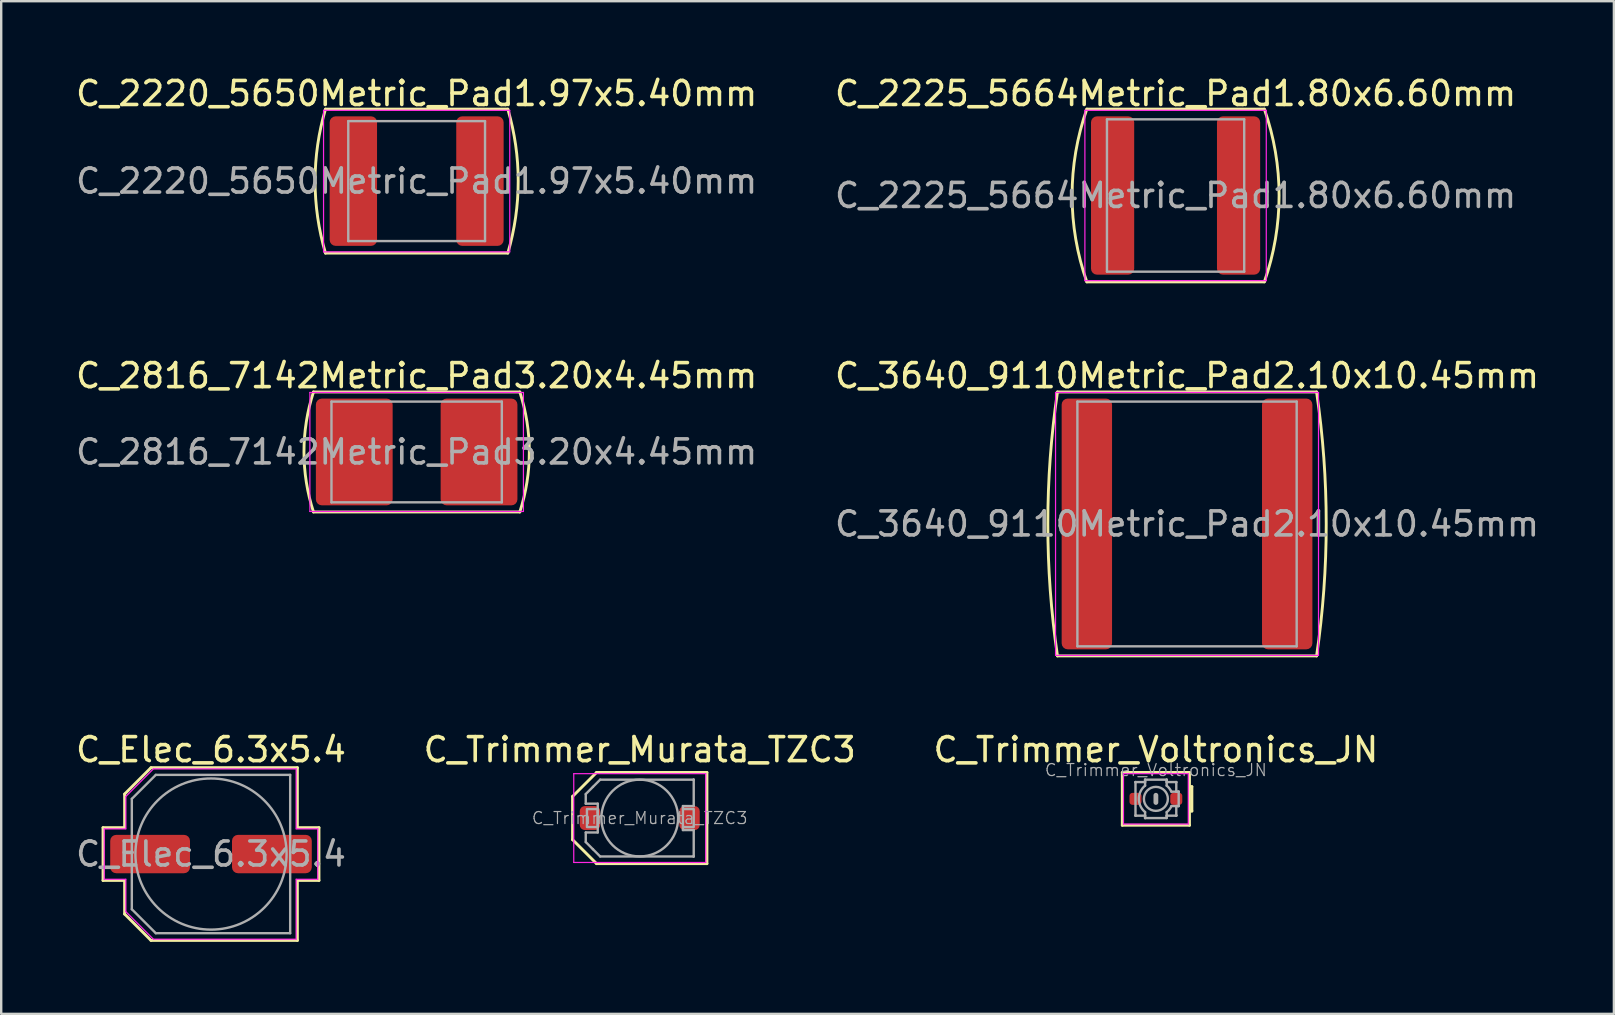
<source format=kicad_pcb>
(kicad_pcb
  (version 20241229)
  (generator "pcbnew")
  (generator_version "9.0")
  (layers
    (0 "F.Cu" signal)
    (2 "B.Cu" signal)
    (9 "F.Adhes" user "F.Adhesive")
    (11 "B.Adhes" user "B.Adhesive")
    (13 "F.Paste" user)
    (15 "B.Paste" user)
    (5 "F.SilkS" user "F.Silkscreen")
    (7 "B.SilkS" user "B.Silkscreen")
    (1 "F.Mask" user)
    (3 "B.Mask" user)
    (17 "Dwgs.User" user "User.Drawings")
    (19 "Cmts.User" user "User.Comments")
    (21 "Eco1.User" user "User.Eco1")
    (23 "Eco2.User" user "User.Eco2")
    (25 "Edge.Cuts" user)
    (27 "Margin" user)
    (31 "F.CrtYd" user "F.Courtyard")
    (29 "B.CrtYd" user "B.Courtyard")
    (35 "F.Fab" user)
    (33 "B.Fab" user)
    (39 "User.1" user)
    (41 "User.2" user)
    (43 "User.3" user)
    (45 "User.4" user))
  (footprint "C_3640_9110Metric_Pad2.10x10.45mm"
    (layer "F.Cu")
    (at 46.423 18.787)
    (property "Reference" "C_3640_9110Metric_Pad2.10x10.45mm" (at 0 -6.18 0) (layer "F.SilkS") (effects (font (size 1 1) (thickness 0.15))))
    (attr smd)
    (fp_line (start -5.4 5.5) (end 5.4 5.5) (stroke (width 0.12) (type solid)) (layer "F.SilkS"))
    (fp_line (start 5.4 -5.5) (end -5.4 -5.5) (stroke (width 0.12) (type solid)) (layer "F.SilkS"))
    (fp_arc (start -5.4 5.5) (mid -5.801533 0) (end -5.4 -5.5) (stroke (width 0.12) (type solid)) (layer "F.SilkS"))
    (fp_arc (start 5.4 -5.5) (mid 5.801533 0) (end 5.4 5.5) (stroke (width 0.12) (type solid)) (layer "F.SilkS"))
    (fp_line (start -5.48 -5.48) (end 5.48 -5.48) (stroke (width 0.05) (type solid)) (layer "F.CrtYd"))
    (fp_line (start -5.48 5.48) (end -5.48 -5.48) (stroke (width 0.05) (type solid)) (layer "F.CrtYd"))
    (fp_line (start 5.48 -5.48) (end 5.48 5.48) (stroke (width 0.05) (type solid)) (layer "F.CrtYd"))
    (fp_line (start 5.48 5.48) (end -5.48 5.48) (stroke (width 0.05) (type solid)) (layer "F.CrtYd"))
    (fp_line (start -4.57 -5.1) (end 4.57 -5.1) (stroke (width 0.1) (type solid)) (layer "F.Fab"))
    (fp_line (start -4.57 5.1) (end -4.57 -5.1) (stroke (width 0.1) (type solid)) (layer "F.Fab"))
    (fp_line (start 4.57 -5.1) (end 4.57 5.1) (stroke (width 0.1) (type solid)) (layer "F.Fab"))
    (fp_line (start 4.57 5.1) (end -4.57 5.1) (stroke (width 0.1) (type solid)) (layer "F.Fab"))
    (fp_text user "${REFERENCE}" (at 0 0 0) (layer "F.Fab") (effects (font (size 1 1) (thickness 0.15))))
    (pad "1" smd roundrect (at -4.175 0) (size 2.1 10.45) (layers "F.Cu" "F.Mask" "F.Paste") (roundrect_rratio 0.119))
    (pad "2" smd roundrect (at 4.175 0) (size 2.1 10.45) (layers "F.Cu" "F.Mask" "F.Paste") (roundrect_rratio 0.119)))
  (footprint "C_2225_5664Metric_Pad1.80x6.60mm"
    (layer "F.Cu")
    (at 45.946 5.098)
    (property "Reference" "C_2225_5664Metric_Pad1.80x6.60mm" (at 0 -4.25 0) (layer "F.SilkS") (effects (font (size 1 1) (thickness 0.15))))
    (attr smd)
    (fp_line (start -3.7 3.6) (end 3.7 3.6) (stroke (width 0.12) (type solid)) (layer "F.SilkS"))
    (fp_line (start 3.7 -3.6) (end -3.7 -3.6) (stroke (width 0.12) (type solid)) (layer "F.SilkS"))
    (fp_arc (start -3.7 3.6) (mid -4.314017 0) (end -3.7 -3.6) (stroke (width 0.12) (type solid)) (layer "F.SilkS"))
    (fp_arc (start 3.7 -3.6) (mid 4.314017 0) (end 3.7 3.6) (stroke (width 0.12) (type solid)) (layer "F.SilkS"))
    (fp_line (start -3.78 -3.55) (end 3.78 -3.55) (stroke (width 0.05) (type solid)) (layer "F.CrtYd"))
    (fp_line (start -3.78 3.55) (end -3.78 -3.55) (stroke (width 0.05) (type solid)) (layer "F.CrtYd"))
    (fp_line (start 3.78 -3.55) (end 3.78 3.55) (stroke (width 0.05) (type solid)) (layer "F.CrtYd"))
    (fp_line (start 3.78 3.55) (end -3.78 3.55) (stroke (width 0.05) (type solid)) (layer "F.CrtYd"))
    (fp_line (start -2.86 -3.175) (end 2.86 -3.175) (stroke (width 0.1) (type solid)) (layer "F.Fab"))
    (fp_line (start -2.86 3.175) (end -2.86 -3.175) (stroke (width 0.1) (type solid)) (layer "F.Fab"))
    (fp_line (start 2.86 -3.175) (end 2.86 3.175) (stroke (width 0.1) (type solid)) (layer "F.Fab"))
    (fp_line (start 2.86 3.175) (end -2.86 3.175) (stroke (width 0.1) (type solid)) (layer "F.Fab"))
    (fp_text user "${REFERENCE}" (at 0 0 0) (layer "F.Fab") (effects (font (size 1 1) (thickness 0.15))))
    (pad "1" smd roundrect (at -2.625 0) (size 1.8 6.6) (layers "F.Cu" "F.Mask" "F.Paste") (roundrect_rratio 0.139))
    (pad "2" smd roundrect (at 2.625 0) (size 1.8 6.6) (layers "F.Cu" "F.Mask" "F.Paste") (roundrect_rratio 0.139)))
  (footprint "C_2220_5650Metric_Pad1.97x5.40mm"
    (layer "F.Cu")
    (at 14.315 4.498)
    (property "Reference" "C_2220_5650Metric_Pad1.97x5.40mm" (at 0 -3.65 0) (layer "F.SilkS") (effects (font (size 1 1) (thickness 0.15))))
    (attr smd)
    (fp_line (start -3.8 3) (end 3.8 3) (stroke (width 0.12) (type solid)) (layer "F.SilkS"))
    (fp_line (start 3.8 -3) (end -3.8 -3) (stroke (width 0.12) (type solid)) (layer "F.SilkS"))
    (fp_arc (start -3.8 3) (mid -4.232998 0) (end -3.8 -3) (stroke (width 0.12) (type solid)) (layer "F.SilkS"))
    (fp_arc (start 3.8 -3) (mid 4.232998 0) (end 3.8 3) (stroke (width 0.12) (type solid)) (layer "F.SilkS"))
    (fp_line (start -3.88 -2.95) (end 3.88 -2.95) (stroke (width 0.05) (type solid)) (layer "F.CrtYd"))
    (fp_line (start -3.88 2.95) (end -3.88 -2.95) (stroke (width 0.05) (type solid)) (layer "F.CrtYd"))
    (fp_line (start 3.88 -2.95) (end 3.88 2.95) (stroke (width 0.05) (type solid)) (layer "F.CrtYd"))
    (fp_line (start 3.88 2.95) (end -3.88 2.95) (stroke (width 0.05) (type solid)) (layer "F.CrtYd"))
    (fp_line (start -2.85 -2.5) (end 2.85 -2.5) (stroke (width 0.1) (type solid)) (layer "F.Fab"))
    (fp_line (start -2.85 2.5) (end -2.85 -2.5) (stroke (width 0.1) (type solid)) (layer "F.Fab"))
    (fp_line (start 2.85 -2.5) (end 2.85 2.5) (stroke (width 0.1) (type solid)) (layer "F.Fab"))
    (fp_line (start 2.85 2.5) (end -2.85 2.5) (stroke (width 0.1) (type solid)) (layer "F.Fab"))
    (fp_text user "${REFERENCE}" (at 0 0 0) (layer "F.Fab") (effects (font (size 1 1) (thickness 0.15))))
    (pad "1" smd roundrect (at -2.638 0) (size 1.975 5.4) (layers "F.Cu" "F.Mask" "F.Paste") (roundrect_rratio 0.127))
    (pad "2" smd roundrect (at 2.638 0) (size 1.975 5.4) (layers "F.Cu" "F.Mask" "F.Paste") (roundrect_rratio 0.127)))
  (footprint "C_Trimmer_Murata_TZC3"
    (layer "F.Cu")
    (at 23.613 31.045)
    (property "Reference" "C_Trimmer_Murata_TZC3" (at 0 -2.85 0) (layer "F.SilkS") (effects (font (size 1 1) (thickness 0.15))))
    (attr smd)
    (fp_line (start -2.8 -0.9) (end -2.8 0.9) (stroke (width 0.12) (type solid)) (layer "F.SilkS"))
    (fp_line (start -2.8 0.9) (end -1.8 1.9) (stroke (width 0.12) (type solid)) (layer "F.SilkS"))
    (fp_line (start -1.8 -1.9) (end -2.8 -0.9) (stroke (width 0.12) (type solid)) (layer "F.SilkS"))
    (fp_line (start -1.8 1.9) (end 2.8 1.9) (stroke (width 0.12) (type solid)) (layer "F.SilkS"))
    (fp_line (start -1.7 -1.9) (end -1.8 -1.9) (stroke (width 0.12) (type solid)) (layer "F.SilkS"))
    (fp_line (start 2.8 -1.9) (end -1.7 -1.9) (stroke (width 0.12) (type solid)) (layer "F.SilkS"))
    (fp_line (start 2.8 1.9) (end 2.8 -1.9) (stroke (width 0.12) (type solid)) (layer "F.SilkS"))
    (fp_line (start -2.75 -1.85) (end -2.75 1.85) (stroke (width 0.05) (type solid)) (layer "F.CrtYd"))
    (fp_line (start -2.75 1.85) (end 2.75 1.85) (stroke (width 0.05) (type solid)) (layer "F.CrtYd"))
    (fp_line (start 2.75 -1.85) (end -2.75 -1.85) (stroke (width 0.05) (type solid)) (layer "F.CrtYd"))
    (fp_line (start 2.75 1.85) (end 2.75 -1.85) (stroke (width 0.05) (type solid)) (layer "F.CrtYd"))
    (fp_line (start -2.25 -1) (end -2.25 -0.6) (stroke (width 0.1) (type solid)) (layer "F.Fab"))
    (fp_line (start -2.25 -1) (end -1.95 -1.3) (stroke (width 0.1) (type solid)) (layer "F.Fab"))
    (fp_line (start -2.25 -0.6) (end -1.75 -0.6) (stroke (width 0.1) (type solid)) (layer "F.Fab"))
    (fp_line (start -2.25 0.6) (end -2.25 1) (stroke (width 0.1) (type solid)) (layer "F.Fab"))
    (fp_line (start -1.95 -1.3) (end -1.65 -1.6) (stroke (width 0.1) (type solid)) (layer "F.Fab"))
    (fp_line (start -1.95 1.3) (end -2.25 1) (stroke (width 0.1) (type solid)) (layer "F.Fab"))
    (fp_line (start -1.75 -0.6) (end -1.75 -0.25) (stroke (width 0.1) (type solid)) (layer "F.Fab"))
    (fp_line (start -1.75 -0.25) (end -1.75 0.6) (stroke (width 0.1) (type solid)) (layer "F.Fab"))
    (fp_line (start -1.75 0.6) (end -2.25 0.6) (stroke (width 0.1) (type solid)) (layer "F.Fab"))
    (fp_line (start -1.65 -1.6) (end 2.24 -1.6) (stroke (width 0.1) (type solid)) (layer "F.Fab"))
    (fp_line (start -1.65 1.6) (end -1.95 1.3) (stroke (width 0.1) (type solid)) (layer "F.Fab"))
    (fp_line (start 1.8 -0.5) (end 1.8 -0.375) (stroke (width 0.1) (type solid)) (layer "F.Fab"))
    (fp_line (start 1.8 0.375) (end 1.8 0.5) (stroke (width 0.1) (type solid)) (layer "F.Fab"))
    (fp_line (start 1.8 0.5) (end 2.25 0.5) (stroke (width 0.1) (type solid)) (layer "F.Fab"))
    (fp_line (start 2.24 -1.6) (end 2.25 -1.6) (stroke (width 0.1) (type solid)) (layer "F.Fab"))
    (fp_line (start 2.24 1.6) (end -1.65 1.6) (stroke (width 0.1) (type solid)) (layer "F.Fab"))
    (fp_line (start 2.25 -1.6) (end 2.25 -1.59) (stroke (width 0.1) (type solid)) (layer "F.Fab"))
    (fp_line (start 2.25 -1.59) (end 2.25 -0.5) (stroke (width 0.1) (type solid)) (layer "F.Fab"))
    (fp_line (start 2.25 -0.5) (end 1.8 -0.5) (stroke (width 0.1) (type solid)) (layer "F.Fab"))
    (fp_line (start 2.25 0.5) (end 2.25 1.59) (stroke (width 0.1) (type solid)) (layer "F.Fab"))
    (fp_line (start 2.25 1.59) (end 2.25 1.6) (stroke (width 0.1) (type solid)) (layer "F.Fab"))
    (fp_line (start 2.25 1.6) (end 2.24 1.6) (stroke (width 0.1) (type solid)) (layer "F.Fab"))
    (fp_rect (start -2.2 -0.375) (end -1.75 0.375) (stroke (width 0.1) (type solid)) (fill no) (layer "F.Fab"))
    (fp_rect (start 1.8 -0.375) (end 2.25 0.375) (stroke (width 0.1) (type solid)) (fill no) (layer "F.Fab"))
    (fp_circle (center 0 0) (end 1.6 0) (stroke (width 0.1) (type solid)) (fill no) (layer "F.Fab"))
    (fp_text user "${REFERENCE}" (at 0 0 0) (layer "F.Fab") (effects (font (size 0.5 0.5) (thickness 0.05))))
    (pad "1" smd roundrect (at -2.075 0) (size 0.85 1) (layers "F.Cu" "F.Mask" "F.Paste") (roundrect_rratio 0.25))
    (pad "2" smd roundrect (at 2.075 0) (size 0.85 1) (layers "F.Cu" "F.Mask" "F.Paste") (roundrect_rratio 0.25)))
  (footprint "C_2816_7142Metric_Pad3.20x4.45mm"
    (layer "F.Cu")
    (at 14.315 15.787)
    (property "Reference" "C_2816_7142Metric_Pad3.20x4.45mm" (at 0 -3.18 0) (layer "F.SilkS") (effects (font (size 1 1) (thickness 0.15))))
    (attr smd)
    (fp_line (start -4.3 2.5) (end 4.3 2.5) (stroke (width 0.12) (type solid)) (layer "F.SilkS"))
    (fp_line (start 4.3 -2.5) (end -4.3 -2.5) (stroke (width 0.12) (type solid)) (layer "F.SilkS"))
    (fp_arc (start -4.3 2.5) (mid -4.696116 0) (end -4.3 -2.5) (stroke (width 0.12) (type solid)) (layer "F.SilkS"))
    (fp_arc (start 4.3 -2.5) (mid 4.696116 0) (end 4.3 2.5) (stroke (width 0.12) (type solid)) (layer "F.SilkS"))
    (fp_line (start -4.45 -2.48) (end 4.45 -2.48) (stroke (width 0.05) (type solid)) (layer "F.CrtYd"))
    (fp_line (start -4.45 2.48) (end -4.45 -2.48) (stroke (width 0.05) (type solid)) (layer "F.CrtYd"))
    (fp_line (start 4.45 -2.48) (end 4.45 2.48) (stroke (width 0.05) (type solid)) (layer "F.CrtYd"))
    (fp_line (start 4.45 2.48) (end -4.45 2.48) (stroke (width 0.05) (type solid)) (layer "F.CrtYd"))
    (fp_line (start -3.55 -2.1) (end 3.55 -2.1) (stroke (width 0.1) (type solid)) (layer "F.Fab"))
    (fp_line (start -3.55 2.1) (end -3.55 -2.1) (stroke (width 0.1) (type solid)) (layer "F.Fab"))
    (fp_line (start 3.55 -2.1) (end 3.55 2.1) (stroke (width 0.1) (type solid)) (layer "F.Fab"))
    (fp_line (start 3.55 2.1) (end -3.55 2.1) (stroke (width 0.1) (type solid)) (layer "F.Fab"))
    (fp_text user "${REFERENCE}" (at 0 0 0) (layer "F.Fab") (effects (font (size 1 1) (thickness 0.15))))
    (pad "1" smd roundrect (at -2.6 0) (size 3.2 4.45) (layers "F.Cu" "F.Mask" "F.Paste") (roundrect_rratio 0.078))
    (pad "2" smd roundrect (at 2.6 0) (size 3.2 4.45) (layers "F.Cu" "F.Mask" "F.Paste") (roundrect_rratio 0.078)))
  (footprint "C_Trimmer_Voltronics_JN"
    (layer "F.Cu")
    (at 45.125 30.245)
    (property "Reference" "C_Trimmer_Voltronics_JN" (at 0 -2.05 0) (layer "F.SilkS") (effects (font (size 1 1) (thickness 0.15))))
    (attr smd)
    (fp_line (start -1.4 -1.1) (end -1.4 1.1) (stroke (width 0.12) (type solid)) (layer "F.SilkS"))
    (fp_line (start -1.4 1.1) (end 1.4 1.1) (stroke (width 0.12) (type solid)) (layer "F.SilkS"))
    (fp_line (start 1.4 -1.1) (end -1.4 -1.1) (stroke (width 0.12) (type solid)) (layer "F.SilkS"))
    (fp_line (start 1.4 1.1) (end 1.4 -1.1) (stroke (width 0.12) (type solid)) (layer "F.SilkS"))
    (fp_line (start 1.437 -0.508) (end 1.5 -0.508) (stroke (width 0.12) (type solid)) (layer "F.SilkS"))
    (fp_line (start 1.5 -0.508) (end 1.5 0.508) (stroke (width 0.12) (type solid)) (layer "F.SilkS"))
    (fp_line (start 1.5 0.508) (end 1.437 0.508) (stroke (width 0.12) (type solid)) (layer "F.SilkS"))
    (fp_line (start -1.35 -1.05) (end -1.35 1.05) (stroke (width 0.05) (type solid)) (layer "F.CrtYd"))
    (fp_line (start -1.35 1.05) (end 1.35 1.05) (stroke (width 0.05) (type solid)) (layer "F.CrtYd"))
    (fp_line (start 1.35 -1.05) (end -1.35 -1.05) (stroke (width 0.05) (type solid)) (layer "F.CrtYd"))
    (fp_line (start 1.35 1.05) (end 1.35 -1.05) (stroke (width 0.05) (type solid)) (layer "F.CrtYd"))
    (fp_line (start -0.85 -0.7) (end -0.84 -0.7) (stroke (width 0.1) (type solid)) (layer "F.Fab"))
    (fp_line (start -0.85 -0.69) (end -0.85 -0.7) (stroke (width 0.1) (type solid)) (layer "F.Fab"))
    (fp_line (start -0.85 0.69) (end -0.85 -0.69) (stroke (width 0.1) (type solid)) (layer "F.Fab"))
    (fp_line (start -0.85 0.7) (end -0.85 0.69) (stroke (width 0.1) (type solid)) (layer "F.Fab"))
    (fp_line (start -0.84 0.7) (end -0.85 0.7) (stroke (width 0.1) (type solid)) (layer "F.Fab"))
    (fp_line (start -0.84 0.7) (end -0.45 0.7) (stroke (width 0.1) (type solid)) (layer "F.Fab"))
    (fp_line (start -0.45 -0.8) (end -0.45 -0.55) (stroke (width 0.1) (type solid)) (layer "F.Fab"))
    (fp_line (start -0.45 -0.8) (end 0.45 -0.8) (stroke (width 0.1) (type solid)) (layer "F.Fab"))
    (fp_line (start -0.45 -0.7) (end -0.84 -0.7) (stroke (width 0.1) (type solid)) (layer "F.Fab"))
    (fp_line (start -0.45 -0.7) (end -0.45 -0.8) (stroke (width 0.1) (type solid)) (layer "F.Fab"))
    (fp_line (start -0.45 0.55) (end -0.45 0.8) (stroke (width 0.1) (type solid)) (layer "F.Fab"))
    (fp_line (start -0.45 0.7) (end -0.45 0.8) (stroke (width 0.1) (type solid)) (layer "F.Fab"))
    (fp_line (start -0.45 0.8) (end 0.45 0.8) (stroke (width 0.1) (type solid)) (layer "F.Fab"))
    (fp_line (start 0 -0.15) (end 0 0.15) (stroke (width 0.2) (type solid)) (layer "F.Fab"))
    (fp_line (start 0.45 -0.8) (end 0.45 -0.7) (stroke (width 0.1) (type solid)) (layer "F.Fab"))
    (fp_line (start 0.45 -0.8) (end 0.45 -0.55) (stroke (width 0.1) (type solid)) (layer "F.Fab"))
    (fp_line (start 0.45 0.55) (end 0.45 0.75) (stroke (width 0.1) (type solid)) (layer "F.Fab"))
    (fp_line (start 0.45 0.7) (end 0.84 0.7) (stroke (width 0.1) (type solid)) (layer "F.Fab"))
    (fp_line (start 0.45 0.8) (end 0.45 0.7) (stroke (width 0.1) (type solid)) (layer "F.Fab"))
    (fp_line (start 0.65 -0.3) (end 0.95 -0.3) (stroke (width 0.1) (type solid)) (layer "F.Fab"))
    (fp_line (start 0.84 -0.7) (end 0.45 -0.7) (stroke (width 0.1) (type solid)) (layer "F.Fab"))
    (fp_line (start 0.84 -0.7) (end 0.85 -0.7) (stroke (width 0.1) (type solid)) (layer "F.Fab"))
    (fp_line (start 0.84 0.7) (end 0.85 0.69) (stroke (width 0.1) (type solid)) (layer "F.Fab"))
    (fp_line (start 0.85 -0.7) (end 0.85 -0.69) (stroke (width 0.1) (type solid)) (layer "F.Fab"))
    (fp_line (start 0.85 -0.3) (end 0.85 -0.69) (stroke (width 0.1) (type solid)) (layer "F.Fab"))
    (fp_line (start 0.85 -0.3) (end 0.95 -0.3) (stroke (width 0.1) (type solid)) (layer "F.Fab"))
    (fp_line (start 0.85 0.69) (end 0.85 0.3) (stroke (width 0.1) (type solid)) (layer "F.Fab"))
    (fp_line (start 0.85 0.69) (end 0.85 0.7) (stroke (width 0.1) (type solid)) (layer "F.Fab"))
    (fp_line (start 0.85 0.7) (end 0.84 0.7) (stroke (width 0.1) (type solid)) (layer "F.Fab"))
    (fp_line (start 0.95 -0.3) (end 0.95 0.3) (stroke (width 0.1) (type solid)) (layer "F.Fab"))
    (fp_line (start 0.95 0.3) (end 0.65 0.3) (stroke (width 0.1) (type solid)) (layer "F.Fab"))
    (fp_line (start 0.95 0.3) (end 0.85 0.3) (stroke (width 0.1) (type solid)) (layer "F.Fab"))
    (fp_arc (start -0.45 0.55) (mid -0.710634 0) (end -0.45 -0.55) (stroke (width 0.1) (type solid)) (layer "F.Fab"))
    (fp_arc (start 0.45 -0.55) (mid 0.561945 -0.434992) (end 0.645226 -0.297797) (stroke (width 0.1) (type solid)) (layer "F.Fab"))
    (fp_arc (start 0.65 0.3) (mid 0.566102 0.43821) (end 0.453329 0.554069) (stroke (width 0.1) (type solid)) (layer "F.Fab"))
    (fp_circle (center 0 0) (end 0.5 0) (stroke (width 0.1) (type solid)) (fill no) (layer "F.Fab"))
    (fp_text user "${REFERENCE}" (at 0 -1.2 0) (layer "F.Fab") (effects (font (size 0.5 0.5) (thickness 0.05))))
    (pad "1" smd roundrect (at -0.85 0) (size 0.5 0.5) (layers "F.Cu" "F.Mask" "F.Paste") (roundrect_rratio 0.25))
    (pad "2" smd roundrect (at 0.85 0) (size 0.5 0.5) (layers "F.Cu" "F.Mask" "F.Paste") (roundrect_rratio 0.25)))
  (footprint "C_Elec_6.3x5.4"
    (layer "F.Cu")
    (at 5.744 32.545)
    (property "Reference" "C_Elec_6.3x5.4" (at 0 -4.35 0) (layer "F.SilkS") (effects (font (size 1 1) (thickness 0.15))))
    (attr smd)
    (fp_line (start -4.5 -1.1) (end -4.5 1.1) (stroke (width 0.12) (type solid)) (layer "F.SilkS"))
    (fp_line (start -4.5 1.1) (end -3.6 1.1) (stroke (width 0.12) (type solid)) (layer "F.SilkS"))
    (fp_line (start -3.6 -2.5) (end -3.6 -1.1) (stroke (width 0.12) (type solid)) (layer "F.SilkS"))
    (fp_line (start -3.6 -1.1) (end -4.5 -1.1) (stroke (width 0.12) (type solid)) (layer "F.SilkS"))
    (fp_line (start -3.6 1.1) (end -3.6 2.5) (stroke (width 0.12) (type solid)) (layer "F.SilkS"))
    (fp_line (start -3.6 2.5) (end -2.5 3.6) (stroke (width 0.12) (type solid)) (layer "F.SilkS"))
    (fp_line (start -2.5 -3.6) (end -3.6 -2.5) (stroke (width 0.12) (type solid)) (layer "F.SilkS"))
    (fp_line (start -2.5 3.6) (end 3.6 3.6) (stroke (width 0.12) (type solid)) (layer "F.SilkS"))
    (fp_line (start 3.6 -3.6) (end -2.5 -3.6) (stroke (width 0.12) (type solid)) (layer "F.SilkS"))
    (fp_line (start 3.6 -1.1) (end 3.6 -3.6) (stroke (width 0.12) (type solid)) (layer "F.SilkS"))
    (fp_line (start 3.6 1.1) (end 4.5 1.1) (stroke (width 0.12) (type solid)) (layer "F.SilkS"))
    (fp_line (start 3.6 3.6) (end 3.6 1.1) (stroke (width 0.12) (type solid)) (layer "F.SilkS"))
    (fp_line (start 4.5 -1.1) (end 3.6 -1.1) (stroke (width 0.12) (type solid)) (layer "F.SilkS"))
    (fp_line (start 4.5 1.1) (end 4.5 -1.1) (stroke (width 0.12) (type solid)) (layer "F.SilkS"))
    (fp_line (start -4.45 -1.05) (end -4.45 1.05) (stroke (width 0.05) (type solid)) (layer "F.CrtYd"))
    (fp_line (start -4.45 1.05) (end -3.55 1.05) (stroke (width 0.05) (type solid)) (layer "F.CrtYd"))
    (fp_line (start -3.55 -2.4) (end -3.55 -1.05) (stroke (width 0.05) (type solid)) (layer "F.CrtYd"))
    (fp_line (start -3.55 -2.4) (end -2.4 -3.55) (stroke (width 0.05) (type solid)) (layer "F.CrtYd"))
    (fp_line (start -3.55 -1.05) (end -4.45 -1.05) (stroke (width 0.05) (type solid)) (layer "F.CrtYd"))
    (fp_line (start -3.55 1.05) (end -3.55 2.4) (stroke (width 0.05) (type solid)) (layer "F.CrtYd"))
    (fp_line (start -3.55 2.4) (end -2.4 3.55) (stroke (width 0.05) (type solid)) (layer "F.CrtYd"))
    (fp_line (start -2.4 -3.55) (end 3.55 -3.55) (stroke (width 0.05) (type solid)) (layer "F.CrtYd"))
    (fp_line (start -2.4 3.55) (end 3.55 3.55) (stroke (width 0.05) (type solid)) (layer "F.CrtYd"))
    (fp_line (start 3.55 -3.55) (end 3.55 -1.05) (stroke (width 0.05) (type solid)) (layer "F.CrtYd"))
    (fp_line (start 3.55 -1.05) (end 4.45 -1.05) (stroke (width 0.05) (type solid)) (layer "F.CrtYd"))
    (fp_line (start 3.55 1.05) (end 3.55 3.55) (stroke (width 0.05) (type solid)) (layer "F.CrtYd"))
    (fp_line (start 4.45 -1.05) (end 4.45 1.05) (stroke (width 0.05) (type solid)) (layer "F.CrtYd"))
    (fp_line (start 4.45 1.05) (end 3.55 1.05) (stroke (width 0.05) (type solid)) (layer "F.CrtYd"))
    (fp_line (start -3.3 -2.3) (end -3.3 2.3) (stroke (width 0.1) (type solid)) (layer "F.Fab"))
    (fp_line (start -3.3 -2.3) (end -2.3 -3.3) (stroke (width 0.1) (type solid)) (layer "F.Fab"))
    (fp_line (start -3.3 2.3) (end -2.3 3.3) (stroke (width 0.1) (type solid)) (layer "F.Fab"))
    (fp_line (start -2.3 -3.3) (end 3.3 -3.3) (stroke (width 0.1) (type solid)) (layer "F.Fab"))
    (fp_line (start -2.3 3.3) (end 3.3 3.3) (stroke (width 0.1) (type solid)) (layer "F.Fab"))
    (fp_line (start 3.3 -3.3) (end 3.3 3.3) (stroke (width 0.1) (type solid)) (layer "F.Fab"))
    (fp_circle (center 0 0) (end 3.15 0) (stroke (width 0.1) (type solid)) (fill no) (layer "F.Fab"))
    (fp_text user "${REFERENCE}" (at 0 0 0) (layer "F.Fab") (effects (font (size 1 1) (thickness 0.15))))
    (pad "1" smd roundrect (at -2.538 0) (size 3.325 1.6) (layers "F.Cu" "F.Mask" "F.Paste") (roundrect_rratio 0.156))
    (pad "2" smd roundrect (at 2.538 0) (size 3.325 1.6) (layers "F.Cu" "F.Mask" "F.Paste") (roundrect_rratio 0.156)))
  (gr_rect
    (start -3 -3)
    (end 64.214 39.205)
    (stroke (width 0.1) (type default))
    (fill no)
    (layer "Edge.Cuts")))
</source>
